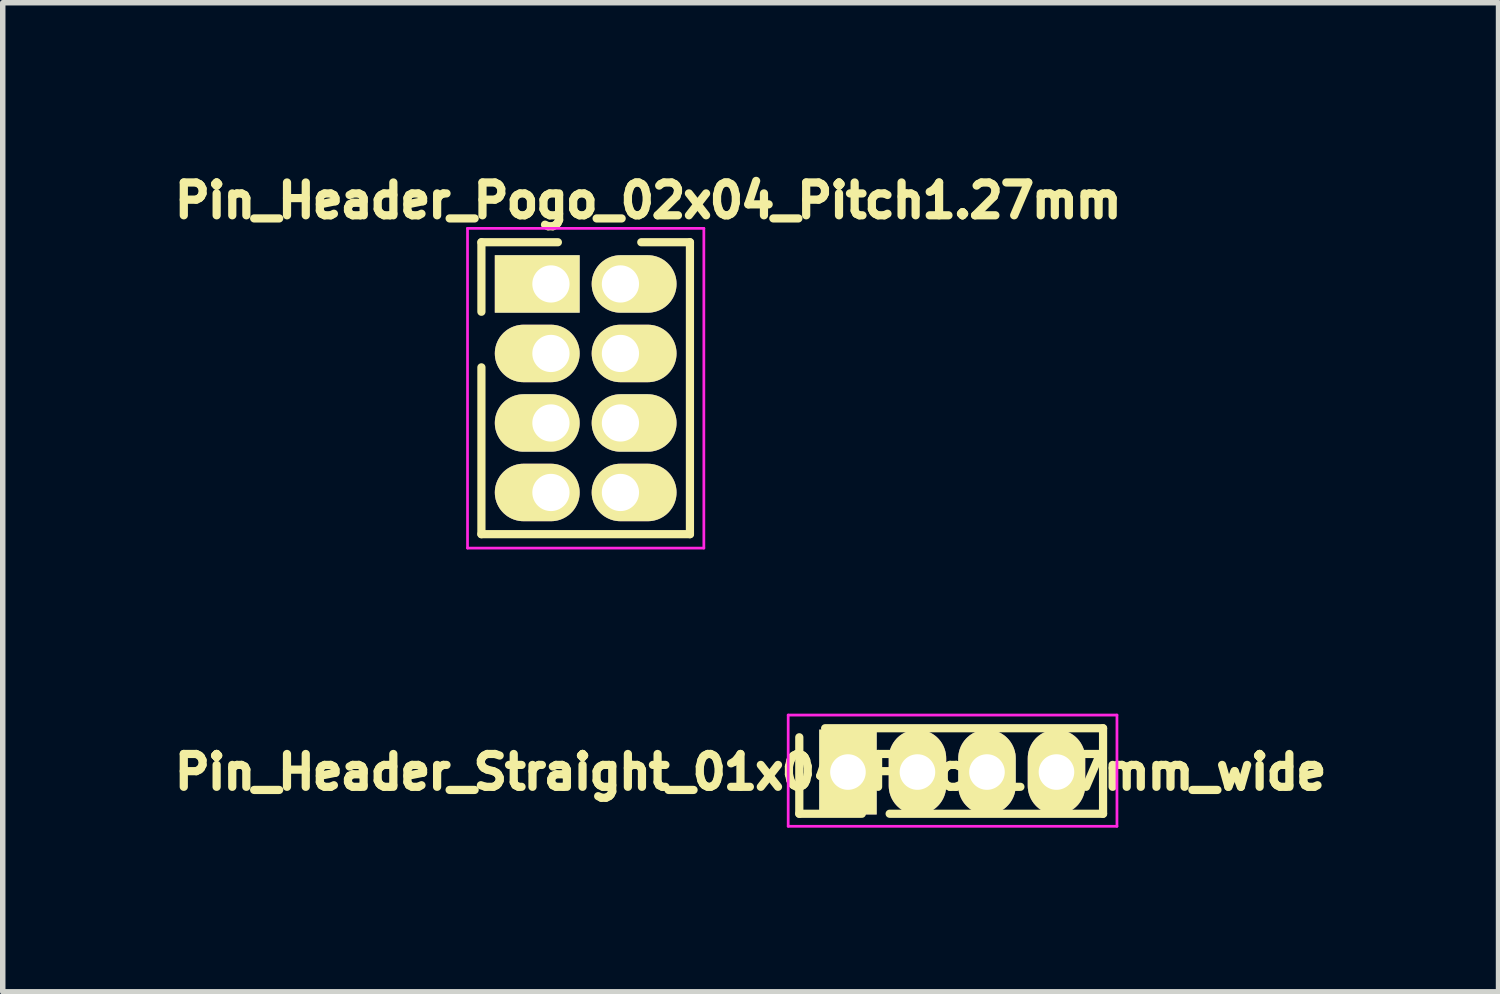
<source format=kicad_pcb>
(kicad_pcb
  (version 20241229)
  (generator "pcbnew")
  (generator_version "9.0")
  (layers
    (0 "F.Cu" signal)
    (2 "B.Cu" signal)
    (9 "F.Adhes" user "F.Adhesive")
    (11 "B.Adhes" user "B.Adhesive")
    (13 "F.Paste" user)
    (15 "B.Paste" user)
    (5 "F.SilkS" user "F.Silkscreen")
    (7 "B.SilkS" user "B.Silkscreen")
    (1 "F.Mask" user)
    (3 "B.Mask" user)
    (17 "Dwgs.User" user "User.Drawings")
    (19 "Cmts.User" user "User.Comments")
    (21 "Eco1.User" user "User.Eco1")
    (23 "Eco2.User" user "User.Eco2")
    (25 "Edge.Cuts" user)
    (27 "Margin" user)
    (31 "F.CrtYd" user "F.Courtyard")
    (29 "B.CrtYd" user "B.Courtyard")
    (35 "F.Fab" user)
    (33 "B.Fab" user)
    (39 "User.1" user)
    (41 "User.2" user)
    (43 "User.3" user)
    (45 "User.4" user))
  (footprint "Pin_Header_Straight_01x04_Pitch1.27mm_wide"
    (layer "F.Cu")
    (at 12.443 11.056)
    (property "Reference" "Pin_Header_Straight_01x04_Pitch1.27mm_wide" (at -1.778 0 180) (layer "F.SilkS") (effects (font (size 0.6 0.6) (thickness 0.15))))
    (attr through_hole)
    (fp_line (start -0.889 -0.635) (end -0.889 0.762) (stroke (width 0.15) (type solid)) (layer "F.SilkS"))
    (fp_line (start 0.254 0.762) (end -0.889 0.762) (stroke (width 0.15) (type solid)) (layer "F.SilkS"))
    (fp_line (start 4.661 -0.8) (end -0.417 -0.8) (stroke (width 0.15) (type solid)) (layer "F.SilkS"))
    (fp_line (start 4.661 0.762) (end 0.762 0.762) (stroke (width 0.15) (type solid)) (layer "F.SilkS"))
    (fp_line (start 4.661 0.762) (end 4.661 -0.8) (stroke (width 0.15) (type solid)) (layer "F.SilkS"))
    (fp_line (start -1.092 -1.041) (end -1.092 0.991) (stroke (width 0.05) (type solid)) (layer "F.CrtYd"))
    (fp_line (start -1.092 -1.041) (end 4.915 -1.041) (stroke (width 0.05) (type solid)) (layer "F.CrtYd"))
    (fp_line (start -1.092 0.991) (end 4.915 0.991) (stroke (width 0.05) (type solid)) (layer "F.CrtYd"))
    (fp_line (start 4.915 -1.041) (end 4.915 0.991) (stroke (width 0.05) (type solid)) (layer "F.CrtYd"))
    (pad "1" thru_hole rect (at 0 0) (size 1.05 1.55) (drill 0.65) (layers "*.Cu" "*.Mask" "F.SilkS"))
    (pad "2" thru_hole oval (at 1.27 0) (size 1.05 1.55) (drill 0.65) (layers "*.Cu" "*.Mask" "F.SilkS"))
    (pad "3" thru_hole oval (at 2.54 0) (size 1.05 1.55) (drill 0.65) (layers "*.Cu" "*.Mask" "F.SilkS"))
    (pad "4" thru_hole oval (at 3.81 0) (size 1.05 1.55) (drill 0.65) (layers "*.Cu" "*.Mask" "F.SilkS")))
  (footprint "Pin_Header_Pogo_02x04_Pitch1.27mm"
    (layer "F.Cu")
    (at 7.016 2.138)
    (property "Reference" "Pin_Header_Pogo_02x04_Pitch1.27mm" (at 1.778 -1.524 0) (layer "F.SilkS") (effects (font (size 0.6 0.6) (thickness 0.15))))
    (attr through_hole)
    (fp_line (start -1.27 -0.762) (end -1.27 0.508) (stroke (width 0.15) (type solid)) (layer "F.SilkS"))
    (fp_line (start -1.27 4.572) (end -1.27 1.524) (stroke (width 0.15) (type solid)) (layer "F.SilkS"))
    (fp_line (start 0.127 -0.762) (end -1.27 -0.762) (stroke (width 0.15) (type solid)) (layer "F.SilkS"))
    (fp_line (start 2.54 -0.762) (end 1.651 -0.762) (stroke (width 0.15) (type solid)) (layer "F.SilkS"))
    (fp_line (start 2.54 4.572) (end -1.27 4.572) (stroke (width 0.15) (type solid)) (layer "F.SilkS"))
    (fp_line (start 2.54 4.572) (end 2.54 -0.762) (stroke (width 0.15) (type solid)) (layer "F.SilkS"))
    (fp_line (start -1.524 -1.016) (end -1.524 4.826) (stroke (width 0.05) (type solid)) (layer "F.CrtYd"))
    (fp_line (start -1.524 -1.016) (end 2.794 -1.016) (stroke (width 0.05) (type solid)) (layer "F.CrtYd"))
    (fp_line (start -1.524 4.826) (end 2.794 4.826) (stroke (width 0.05) (type solid)) (layer "F.CrtYd"))
    (fp_line (start 2.794 -1.016) (end 2.794 4.826) (stroke (width 0.05) (type solid)) (layer "F.CrtYd"))
    (pad "1" thru_hole rect (at 0 0) (size 1.55 1.05) (drill 0.68 (offset -0.25 0)) (layers "*.Cu" "*.Mask" "F.SilkS"))
    (pad "2" thru_hole oval (at 1.27 0) (size 1.55 1.05) (drill 0.68 (offset 0.25 0)) (layers "*.Cu" "*.Mask" "F.SilkS"))
    (pad "3" thru_hole oval (at 0 1.27 180) (size 1.55 1.05) (drill 0.68 (offset 0.25 0)) (layers "*.Cu" "*.Mask" "F.SilkS"))
    (pad "4" thru_hole oval (at 1.27 1.27) (size 1.55 1.05) (drill 0.68 (offset 0.25 0)) (layers "*.Cu" "*.Mask" "F.SilkS"))
    (pad "5" thru_hole oval (at 0 2.54 180) (size 1.55 1.05) (drill 0.68 (offset 0.25 0)) (layers "*.Cu" "*.Mask" "F.SilkS"))
    (pad "6" thru_hole oval (at 1.27 2.54) (size 1.55 1.05) (drill 0.68 (offset 0.25 0)) (layers "*.Cu" "*.Mask" "F.SilkS"))
    (pad "7" thru_hole oval (at 0 3.81 180) (size 1.55 1.05) (drill 0.68 (offset 0.25 0)) (layers "*.Cu" "*.Mask" "F.SilkS"))
    (pad "8" thru_hole oval (at 1.27 3.81) (size 1.55 1.05) (drill 0.68 (offset 0.25 0)) (layers "*.Cu" "*.Mask" "F.SilkS")))
  (gr_rect
    (start -3 -3)
    (end 24.33 15.071)
    (stroke (width 0.1) (type default))
    (fill no)
    (layer "Edge.Cuts")))
</source>
